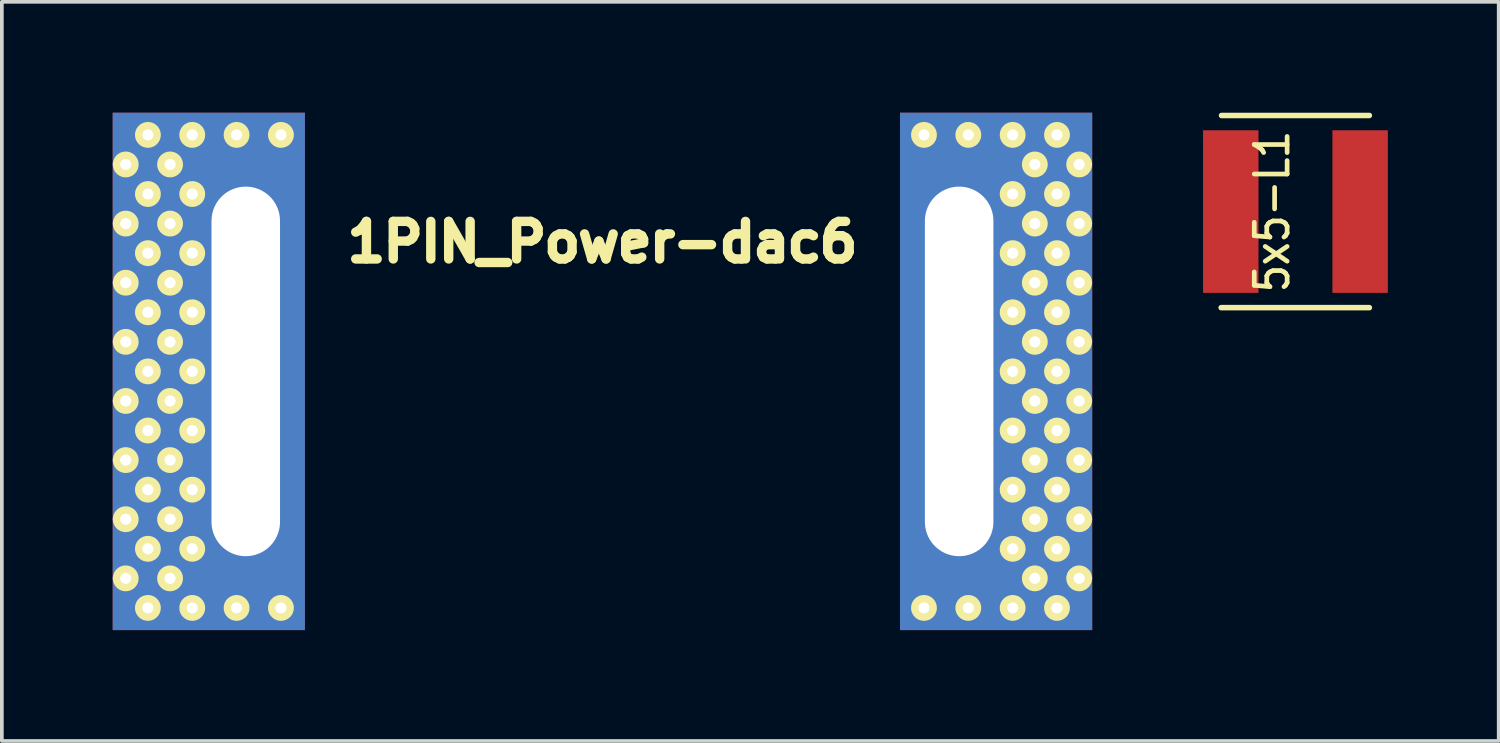
<source format=kicad_pcb>
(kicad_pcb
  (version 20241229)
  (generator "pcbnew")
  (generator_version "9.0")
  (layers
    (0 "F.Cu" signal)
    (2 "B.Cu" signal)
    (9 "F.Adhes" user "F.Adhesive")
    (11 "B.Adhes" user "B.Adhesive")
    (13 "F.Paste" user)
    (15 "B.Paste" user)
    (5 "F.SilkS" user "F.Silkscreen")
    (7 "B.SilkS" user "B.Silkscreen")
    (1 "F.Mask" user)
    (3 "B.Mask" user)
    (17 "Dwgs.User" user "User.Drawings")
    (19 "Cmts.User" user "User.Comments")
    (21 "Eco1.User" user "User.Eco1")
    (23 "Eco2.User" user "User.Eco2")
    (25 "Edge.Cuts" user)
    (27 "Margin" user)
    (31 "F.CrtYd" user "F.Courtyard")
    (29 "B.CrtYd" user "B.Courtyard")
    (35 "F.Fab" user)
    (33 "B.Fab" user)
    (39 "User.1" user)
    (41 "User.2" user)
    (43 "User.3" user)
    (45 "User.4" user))
  (footprint "1PIN_Power-dac6"
    (layer "F.Cu")
    (at 13.252 7)
    (property "Reference" "1PIN_Power-dac6" (at 0 -3.5 0) (layer "F.SilkS") (effects (font (size 1.016 1.016) (thickness 0.254))))
    (attr through_hole)
    (pad "1" thru_hole circle (at -12.9 -5.6) (size 0.7 0.7) (drill 0.3) (layers "*.Cu" "*.Mask" "F.SilkS"))
    (pad "1" thru_hole circle (at -12.9 -4) (size 0.7 0.7) (drill 0.3) (layers "*.Cu" "*.Mask" "F.SilkS"))
    (pad "1" thru_hole circle (at -12.9 -2.4) (size 0.7 0.7) (drill 0.3) (layers "*.Cu" "*.Mask" "F.SilkS"))
    (pad "1" thru_hole circle (at -12.9 -0.8) (size 0.7 0.7) (drill 0.3) (layers "*.Cu" "*.Mask" "F.SilkS"))
    (pad "1" thru_hole circle (at -12.9 0.8) (size 0.7 0.7) (drill 0.3) (layers "*.Cu" "*.Mask" "F.SilkS"))
    (pad "1" thru_hole circle (at -12.9 2.4) (size 0.7 0.7) (drill 0.3) (layers "*.Cu" "*.Mask" "F.SilkS"))
    (pad "1" thru_hole circle (at -12.9 4) (size 0.7 0.7) (drill 0.3) (layers "*.Cu" "*.Mask" "F.SilkS"))
    (pad "1" thru_hole circle (at -12.9 5.6) (size 0.7 0.7) (drill 0.3) (layers "*.Cu" "*.Mask" "F.SilkS"))
    (pad "1" thru_hole circle (at -12.3 -6.4) (size 0.7 0.7) (drill 0.3) (layers "*.Cu" "*.Mask" "F.SilkS"))
    (pad "1" thru_hole circle (at -12.3 -4.8) (size 0.7 0.7) (drill 0.3) (layers "*.Cu" "*.Mask" "F.SilkS"))
    (pad "1" thru_hole circle (at -12.3 -3.2) (size 0.7 0.7) (drill 0.3) (layers "*.Cu" "*.Mask" "F.SilkS"))
    (pad "1" thru_hole circle (at -12.3 -1.6) (size 0.7 0.7) (drill 0.3) (layers "*.Cu" "*.Mask" "F.SilkS"))
    (pad "1" thru_hole circle (at -12.3 0) (size 0.7 0.7) (drill 0.3) (layers "*.Cu" "*.Mask" "F.SilkS"))
    (pad "1" thru_hole circle (at -12.3 1.6) (size 0.7 0.7) (drill 0.3) (layers "*.Cu" "*.Mask" "F.SilkS"))
    (pad "1" thru_hole circle (at -12.3 3.2) (size 0.7 0.7) (drill 0.3) (layers "*.Cu" "*.Mask" "F.SilkS"))
    (pad "1" thru_hole circle (at -12.3 4.8) (size 0.7 0.7) (drill 0.3) (layers "*.Cu" "*.Mask" "F.SilkS"))
    (pad "1" thru_hole circle (at -12.3 6.4) (size 0.7 0.7) (drill 0.3) (layers "*.Cu" "*.Mask" "F.SilkS"))
    (pad "1" thru_hole circle (at -11.7 -5.6) (size 0.7 0.7) (drill 0.3) (layers "*.Cu" "*.Mask" "F.SilkS"))
    (pad "1" thru_hole circle (at -11.7 -4) (size 0.7 0.7) (drill 0.3) (layers "*.Cu" "*.Mask" "F.SilkS"))
    (pad "1" thru_hole circle (at -11.7 -2.4) (size 0.7 0.7) (drill 0.3) (layers "*.Cu" "*.Mask" "F.SilkS"))
    (pad "1" thru_hole circle (at -11.7 -0.8) (size 0.7 0.7) (drill 0.3) (layers "*.Cu" "*.Mask" "F.SilkS"))
    (pad "1" thru_hole circle (at -11.7 0.8) (size 0.7 0.7) (drill 0.3) (layers "*.Cu" "*.Mask" "F.SilkS"))
    (pad "1" thru_hole circle (at -11.7 2.4) (size 0.7 0.7) (drill 0.3) (layers "*.Cu" "*.Mask" "F.SilkS"))
    (pad "1" thru_hole circle (at -11.7 4) (size 0.7 0.7) (drill 0.3) (layers "*.Cu" "*.Mask" "F.SilkS"))
    (pad "1" thru_hole circle (at -11.7 5.6) (size 0.7 0.7) (drill 0.3) (layers "*.Cu" "*.Mask" "F.SilkS"))
    (pad "1" thru_hole circle (at -11.1 -6.4) (size 0.7 0.7) (drill 0.3) (layers "*.Cu" "*.Mask" "F.SilkS"))
    (pad "1" thru_hole circle (at -11.1 -4.8) (size 0.7 0.7) (drill 0.3) (layers "*.Cu" "*.Mask" "F.SilkS"))
    (pad "1" thru_hole circle (at -11.1 -3.2) (size 0.7 0.7) (drill 0.3) (layers "*.Cu" "*.Mask" "F.SilkS"))
    (pad "1" thru_hole circle (at -11.1 -1.6) (size 0.7 0.7) (drill 0.3) (layers "*.Cu" "*.Mask" "F.SilkS"))
    (pad "1" thru_hole circle (at -11.1 0) (size 0.7 0.7) (drill 0.3) (layers "*.Cu" "*.Mask" "F.SilkS"))
    (pad "1" thru_hole circle (at -11.1 1.6) (size 0.7 0.7) (drill 0.3) (layers "*.Cu" "*.Mask" "F.SilkS"))
    (pad "1" thru_hole circle (at -11.1 3.2) (size 0.7 0.7) (drill 0.3) (layers "*.Cu" "*.Mask" "F.SilkS"))
    (pad "1" thru_hole circle (at -11.1 4.8) (size 0.7 0.7) (drill 0.3) (layers "*.Cu" "*.Mask" "F.SilkS"))
    (pad "1" thru_hole circle (at -11.1 6.4) (size 0.7 0.7) (drill 0.3) (layers "*.Cu" "*.Mask" "F.SilkS"))
    (pad "1" thru_hole circle (at -9.9 -6.4) (size 0.7 0.7) (drill 0.3) (layers "*.Cu" "*.Mask" "F.SilkS"))
    (pad "1" thru_hole circle (at -9.9 6.4) (size 0.7 0.7) (drill 0.3) (layers "*.Cu" "*.Mask" "F.SilkS"))
    (pad "1" thru_hole rect (at -9.652 0) (size 5.2 14) (drill oval 1.854 10 (offset -1 0)) (layers "*.Cu" "F.Mask"))
    (pad "1" thru_hole circle (at -8.7 -6.4) (size 0.7 0.7) (drill 0.3) (layers "*.Cu" "*.Mask" "F.SilkS"))
    (pad "1" thru_hole circle (at -8.7 6.4) (size 0.7 0.7) (drill 0.3) (layers "*.Cu" "*.Mask" "F.SilkS"))
    (pad "1" thru_hole circle (at 8.7 -6.4) (size 0.7 0.7) (drill 0.3) (layers "*.Cu" "*.Mask" "F.SilkS"))
    (pad "1" thru_hole circle (at 8.7 6.4) (size 0.7 0.7) (drill 0.3) (layers "*.Cu" "*.Mask" "F.SilkS"))
    (pad "1" thru_hole rect (at 9.652 0) (size 5.2 14) (drill oval 1.854 10 (offset 1 0)) (layers "*.Cu" "F.Mask"))
    (pad "1" thru_hole circle (at 9.9 -6.4) (size 0.7 0.7) (drill 0.3) (layers "*.Cu" "*.Mask" "F.SilkS"))
    (pad "1" thru_hole circle (at 9.9 6.4) (size 0.7 0.7) (drill 0.3) (layers "*.Cu" "*.Mask" "F.SilkS"))
    (pad "1" thru_hole circle (at 11.1 -6.4 180) (size 0.7 0.7) (drill 0.3) (layers "*.Cu" "*.Mask" "F.SilkS"))
    (pad "1" thru_hole circle (at 11.1 -4.8 180) (size 0.7 0.7) (drill 0.3) (layers "*.Cu" "*.Mask" "F.SilkS"))
    (pad "1" thru_hole circle (at 11.1 -3.2 180) (size 0.7 0.7) (drill 0.3) (layers "*.Cu" "*.Mask" "F.SilkS"))
    (pad "1" thru_hole circle (at 11.1 -1.6 180) (size 0.7 0.7) (drill 0.3) (layers "*.Cu" "*.Mask" "F.SilkS"))
    (pad "1" thru_hole circle (at 11.1 0 180) (size 0.7 0.7) (drill 0.3) (layers "*.Cu" "*.Mask" "F.SilkS"))
    (pad "1" thru_hole circle (at 11.1 1.6 180) (size 0.7 0.7) (drill 0.3) (layers "*.Cu" "*.Mask" "F.SilkS"))
    (pad "1" thru_hole circle (at 11.1 3.2 180) (size 0.7 0.7) (drill 0.3) (layers "*.Cu" "*.Mask" "F.SilkS"))
    (pad "1" thru_hole circle (at 11.1 4.8 180) (size 0.7 0.7) (drill 0.3) (layers "*.Cu" "*.Mask" "F.SilkS"))
    (pad "1" thru_hole circle (at 11.1 6.4 180) (size 0.7 0.7) (drill 0.3) (layers "*.Cu" "*.Mask" "F.SilkS"))
    (pad "1" thru_hole circle (at 11.7 -5.6 180) (size 0.7 0.7) (drill 0.3) (layers "*.Cu" "*.Mask" "F.SilkS"))
    (pad "1" thru_hole circle (at 11.7 -4 180) (size 0.7 0.7) (drill 0.3) (layers "*.Cu" "*.Mask" "F.SilkS"))
    (pad "1" thru_hole circle (at 11.7 -2.4 180) (size 0.7 0.7) (drill 0.3) (layers "*.Cu" "*.Mask" "F.SilkS"))
    (pad "1" thru_hole circle (at 11.7 -0.8 180) (size 0.7 0.7) (drill 0.3) (layers "*.Cu" "*.Mask" "F.SilkS"))
    (pad "1" thru_hole circle (at 11.7 0.8 180) (size 0.7 0.7) (drill 0.3) (layers "*.Cu" "*.Mask" "F.SilkS"))
    (pad "1" thru_hole circle (at 11.7 2.4 180) (size 0.7 0.7) (drill 0.3) (layers "*.Cu" "*.Mask" "F.SilkS"))
    (pad "1" thru_hole circle (at 11.7 4 180) (size 0.7 0.7) (drill 0.3) (layers "*.Cu" "*.Mask" "F.SilkS"))
    (pad "1" thru_hole circle (at 11.7 5.6 180) (size 0.7 0.7) (drill 0.3) (layers "*.Cu" "*.Mask" "F.SilkS"))
    (pad "1" thru_hole circle (at 12.3 -6.4 180) (size 0.7 0.7) (drill 0.3) (layers "*.Cu" "*.Mask" "F.SilkS"))
    (pad "1" thru_hole circle (at 12.3 -4.8 180) (size 0.7 0.7) (drill 0.3) (layers "*.Cu" "*.Mask" "F.SilkS"))
    (pad "1" thru_hole circle (at 12.3 -3.2 180) (size 0.7 0.7) (drill 0.3) (layers "*.Cu" "*.Mask" "F.SilkS"))
    (pad "1" thru_hole circle (at 12.3 -1.6 180) (size 0.7 0.7) (drill 0.3) (layers "*.Cu" "*.Mask" "F.SilkS"))
    (pad "1" thru_hole circle (at 12.3 0 180) (size 0.7 0.7) (drill 0.3) (layers "*.Cu" "*.Mask" "F.SilkS"))
    (pad "1" thru_hole circle (at 12.3 1.6 180) (size 0.7 0.7) (drill 0.3) (layers "*.Cu" "*.Mask" "F.SilkS"))
    (pad "1" thru_hole circle (at 12.3 3.2 180) (size 0.7 0.7) (drill 0.3) (layers "*.Cu" "*.Mask" "F.SilkS"))
    (pad "1" thru_hole circle (at 12.3 4.8 180) (size 0.7 0.7) (drill 0.3) (layers "*.Cu" "*.Mask" "F.SilkS"))
    (pad "1" thru_hole circle (at 12.3 6.4 180) (size 0.7 0.7) (drill 0.3) (layers "*.Cu" "*.Mask" "F.SilkS"))
    (pad "1" thru_hole circle (at 12.9 -5.6 180) (size 0.7 0.7) (drill 0.3) (layers "*.Cu" "*.Mask" "F.SilkS"))
    (pad "1" thru_hole circle (at 12.9 -4 180) (size 0.7 0.7) (drill 0.3) (layers "*.Cu" "*.Mask" "F.SilkS"))
    (pad "1" thru_hole circle (at 12.9 -2.4 180) (size 0.7 0.7) (drill 0.3) (layers "*.Cu" "*.Mask" "F.SilkS"))
    (pad "1" thru_hole circle (at 12.9 -0.8 180) (size 0.7 0.7) (drill 0.3) (layers "*.Cu" "*.Mask" "F.SilkS"))
    (pad "1" thru_hole circle (at 12.9 0.8 180) (size 0.7 0.7) (drill 0.3) (layers "*.Cu" "*.Mask" "F.SilkS"))
    (pad "1" thru_hole circle (at 12.9 2.4 180) (size 0.7 0.7) (drill 0.3) (layers "*.Cu" "*.Mask" "F.SilkS"))
    (pad "1" thru_hole circle (at 12.9 4 180) (size 0.7 0.7) (drill 0.3) (layers "*.Cu" "*.Mask" "F.SilkS"))
    (pad "1" thru_hole circle (at 12.9 5.6 180) (size 0.7 0.7) (drill 0.3) (layers "*.Cu" "*.Mask" "F.SilkS")))
  (footprint "5x5-L1"
    (layer "F.Cu")
    (at 32.004 2.675)
    (property "Reference" "5x5-L1" (at -0.63 0 90) (layer "F.SilkS") (effects (font (size 0.889 0.762) (thickness 0.127))))
    (attr smd)
    (fp_line (start -2.01 2.6) (end 2 2.6) (stroke (width 0.15) (type solid)) (layer "F.SilkS"))
    (fp_line (start -2 -2.6) (end 2 -2.6) (stroke (width 0.15) (type solid)) (layer "F.SilkS"))
    (pad "1" smd rect (at -1.75 0) (size 1.5 4.4) (layers "F.Cu" "F.Mask" "F.Paste"))
    (pad "2" smd rect (at 1.75 0) (size 1.5 4.4) (layers "F.Cu" "F.Mask" "F.Paste")))
  (gr_rect
    (start -3 -3)
    (end 37.504 17)
    (stroke (width 0.1) (type default))
    (fill no)
    (layer "Edge.Cuts")))
</source>
